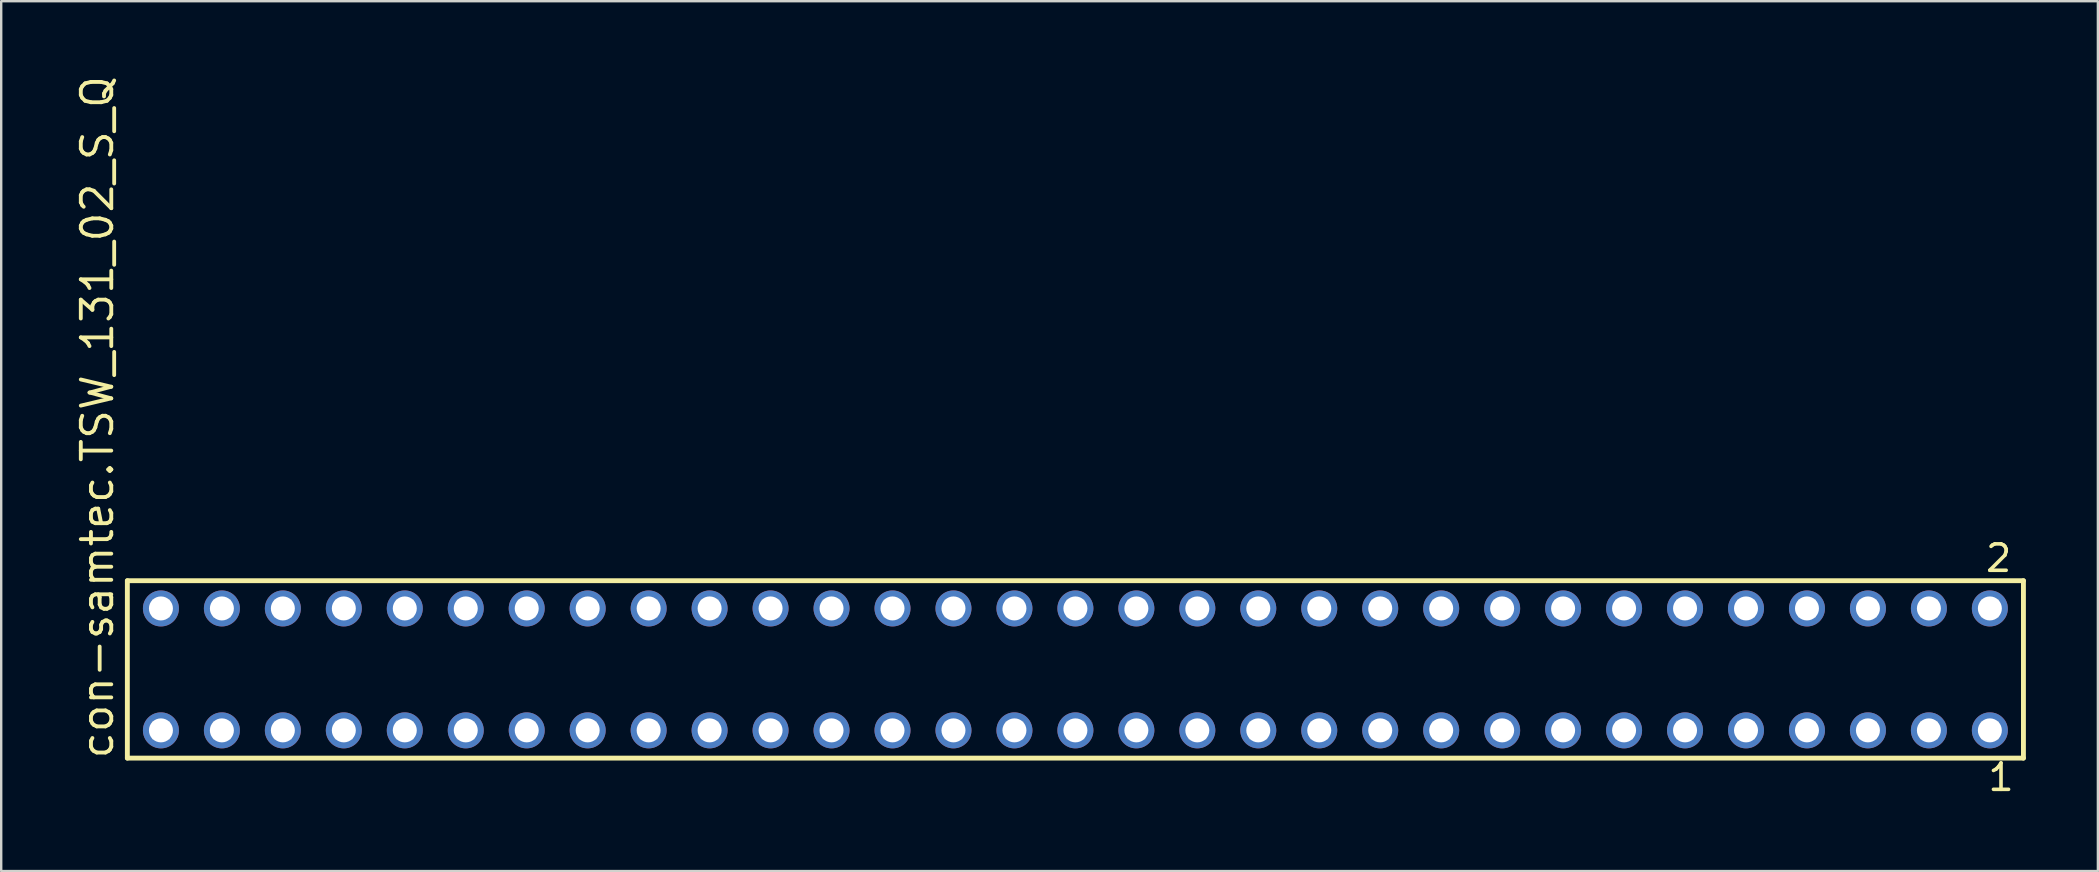
<source format=kicad_pcb>
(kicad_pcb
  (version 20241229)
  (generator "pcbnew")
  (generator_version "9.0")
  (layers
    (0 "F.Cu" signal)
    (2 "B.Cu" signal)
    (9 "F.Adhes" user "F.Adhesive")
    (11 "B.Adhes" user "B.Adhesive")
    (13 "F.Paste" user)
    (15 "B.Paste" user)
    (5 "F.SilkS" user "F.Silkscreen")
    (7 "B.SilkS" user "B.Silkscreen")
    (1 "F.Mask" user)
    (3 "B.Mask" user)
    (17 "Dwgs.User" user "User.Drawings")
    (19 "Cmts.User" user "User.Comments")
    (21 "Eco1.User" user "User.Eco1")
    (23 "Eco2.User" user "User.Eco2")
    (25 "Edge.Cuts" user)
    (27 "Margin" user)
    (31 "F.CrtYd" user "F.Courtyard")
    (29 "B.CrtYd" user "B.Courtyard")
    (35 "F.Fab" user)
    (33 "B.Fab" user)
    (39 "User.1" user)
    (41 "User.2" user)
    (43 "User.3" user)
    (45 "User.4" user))
  (footprint "con-samtec.TSW_131_02_S_Q"
    (layer "F.Cu")
    (at 41.755 24.84)
    (property "Reference" "con-samtec.TSW_131_02_S_Q" (at -40.005 3.81 90) (layer "F.SilkS") (effects (font (size 1.27 1.27) (thickness 0.16)) (justify left bottom)))
    (attr through_hole)
    (fp_line (start -39.499 -3.695) (end 39.499 -3.695) (stroke (width 0.203) (type default)) (layer "F.SilkS"))
    (fp_line (start -39.499 3.695) (end -39.499 -3.695) (stroke (width 0.203) (type default)) (layer "F.SilkS"))
    (fp_line (start 39.499 -3.695) (end 39.499 3.695) (stroke (width 0.203) (type default)) (layer "F.SilkS"))
    (fp_line (start 39.499 3.695) (end -39.499 3.695) (stroke (width 0.203) (type default)) (layer "F.SilkS"))
    (fp_rect (start -38.45 -2.19) (end -37.75 -2.89) (stroke (width 0.05) (type default)) (fill no) (layer "F.Fab"))
    (fp_rect (start -38.45 2.89) (end -37.75 2.19) (stroke (width 0.05) (type default)) (fill no) (layer "F.Fab"))
    (fp_rect (start -35.91 -2.19) (end -35.21 -2.89) (stroke (width 0.05) (type default)) (fill no) (layer "F.Fab"))
    (fp_rect (start -35.91 2.89) (end -35.21 2.19) (stroke (width 0.05) (type default)) (fill no) (layer "F.Fab"))
    (fp_rect (start -33.37 -2.19) (end -32.67 -2.89) (stroke (width 0.05) (type default)) (fill no) (layer "F.Fab"))
    (fp_rect (start -33.37 2.89) (end -32.67 2.19) (stroke (width 0.05) (type default)) (fill no) (layer "F.Fab"))
    (fp_rect (start -30.83 -2.19) (end -30.13 -2.89) (stroke (width 0.05) (type default)) (fill no) (layer "F.Fab"))
    (fp_rect (start -30.83 2.89) (end -30.13 2.19) (stroke (width 0.05) (type default)) (fill no) (layer "F.Fab"))
    (fp_rect (start -28.29 -2.19) (end -27.59 -2.89) (stroke (width 0.05) (type default)) (fill no) (layer "F.Fab"))
    (fp_rect (start -28.29 2.89) (end -27.59 2.19) (stroke (width 0.05) (type default)) (fill no) (layer "F.Fab"))
    (fp_rect (start -25.75 -2.19) (end -25.05 -2.89) (stroke (width 0.05) (type default)) (fill no) (layer "F.Fab"))
    (fp_rect (start -25.75 2.89) (end -25.05 2.19) (stroke (width 0.05) (type default)) (fill no) (layer "F.Fab"))
    (fp_rect (start -23.21 -2.19) (end -22.51 -2.89) (stroke (width 0.05) (type default)) (fill no) (layer "F.Fab"))
    (fp_rect (start -23.21 2.89) (end -22.51 2.19) (stroke (width 0.05) (type default)) (fill no) (layer "F.Fab"))
    (fp_rect (start -20.67 -2.19) (end -19.97 -2.89) (stroke (width 0.05) (type default)) (fill no) (layer "F.Fab"))
    (fp_rect (start -20.67 2.89) (end -19.97 2.19) (stroke (width 0.05) (type default)) (fill no) (layer "F.Fab"))
    (fp_rect (start -18.13 -2.19) (end -17.43 -2.89) (stroke (width 0.05) (type default)) (fill no) (layer "F.Fab"))
    (fp_rect (start -18.13 2.89) (end -17.43 2.19) (stroke (width 0.05) (type default)) (fill no) (layer "F.Fab"))
    (fp_rect (start -15.59 -2.19) (end -14.89 -2.89) (stroke (width 0.05) (type default)) (fill no) (layer "F.Fab"))
    (fp_rect (start -15.59 2.89) (end -14.89 2.19) (stroke (width 0.05) (type default)) (fill no) (layer "F.Fab"))
    (fp_rect (start -13.05 -2.19) (end -12.35 -2.89) (stroke (width 0.05) (type default)) (fill no) (layer "F.Fab"))
    (fp_rect (start -13.05 2.89) (end -12.35 2.19) (stroke (width 0.05) (type default)) (fill no) (layer "F.Fab"))
    (fp_rect (start -10.51 -2.19) (end -9.81 -2.89) (stroke (width 0.05) (type default)) (fill no) (layer "F.Fab"))
    (fp_rect (start -10.51 2.89) (end -9.81 2.19) (stroke (width 0.05) (type default)) (fill no) (layer "F.Fab"))
    (fp_rect (start -7.97 -2.19) (end -7.27 -2.89) (stroke (width 0.05) (type default)) (fill no) (layer "F.Fab"))
    (fp_rect (start -7.97 2.89) (end -7.27 2.19) (stroke (width 0.05) (type default)) (fill no) (layer "F.Fab"))
    (fp_rect (start -5.43 -2.19) (end -4.73 -2.89) (stroke (width 0.05) (type default)) (fill no) (layer "F.Fab"))
    (fp_rect (start -5.43 2.89) (end -4.73 2.19) (stroke (width 0.05) (type default)) (fill no) (layer "F.Fab"))
    (fp_rect (start -2.89 -2.19) (end -2.19 -2.89) (stroke (width 0.05) (type default)) (fill no) (layer "F.Fab"))
    (fp_rect (start -2.89 2.89) (end -2.19 2.19) (stroke (width 0.05) (type default)) (fill no) (layer "F.Fab"))
    (fp_rect (start -0.35 -2.19) (end 0.35 -2.89) (stroke (width 0.05) (type default)) (fill no) (layer "F.Fab"))
    (fp_rect (start -0.35 2.89) (end 0.35 2.19) (stroke (width 0.05) (type default)) (fill no) (layer "F.Fab"))
    (fp_rect (start 2.19 -2.19) (end 2.89 -2.89) (stroke (width 0.05) (type default)) (fill no) (layer "F.Fab"))
    (fp_rect (start 2.19 2.89) (end 2.89 2.19) (stroke (width 0.05) (type default)) (fill no) (layer "F.Fab"))
    (fp_rect (start 4.73 -2.19) (end 5.43 -2.89) (stroke (width 0.05) (type default)) (fill no) (layer "F.Fab"))
    (fp_rect (start 4.73 2.89) (end 5.43 2.19) (stroke (width 0.05) (type default)) (fill no) (layer "F.Fab"))
    (fp_rect (start 7.27 -2.19) (end 7.97 -2.89) (stroke (width 0.05) (type default)) (fill no) (layer "F.Fab"))
    (fp_rect (start 7.27 2.89) (end 7.97 2.19) (stroke (width 0.05) (type default)) (fill no) (layer "F.Fab"))
    (fp_rect (start 9.81 -2.19) (end 10.51 -2.89) (stroke (width 0.05) (type default)) (fill no) (layer "F.Fab"))
    (fp_rect (start 9.81 2.89) (end 10.51 2.19) (stroke (width 0.05) (type default)) (fill no) (layer "F.Fab"))
    (fp_rect (start 12.35 -2.19) (end 13.05 -2.89) (stroke (width 0.05) (type default)) (fill no) (layer "F.Fab"))
    (fp_rect (start 12.35 2.89) (end 13.05 2.19) (stroke (width 0.05) (type default)) (fill no) (layer "F.Fab"))
    (fp_rect (start 14.89 -2.19) (end 15.59 -2.89) (stroke (width 0.05) (type default)) (fill no) (layer "F.Fab"))
    (fp_rect (start 14.89 2.89) (end 15.59 2.19) (stroke (width 0.05) (type default)) (fill no) (layer "F.Fab"))
    (fp_rect (start 17.43 -2.19) (end 18.13 -2.89) (stroke (width 0.05) (type default)) (fill no) (layer "F.Fab"))
    (fp_rect (start 17.43 2.89) (end 18.13 2.19) (stroke (width 0.05) (type default)) (fill no) (layer "F.Fab"))
    (fp_rect (start 19.97 -2.19) (end 20.67 -2.89) (stroke (width 0.05) (type default)) (fill no) (layer "F.Fab"))
    (fp_rect (start 19.97 2.89) (end 20.67 2.19) (stroke (width 0.05) (type default)) (fill no) (layer "F.Fab"))
    (fp_rect (start 22.51 -2.19) (end 23.21 -2.89) (stroke (width 0.05) (type default)) (fill no) (layer "F.Fab"))
    (fp_rect (start 22.51 2.89) (end 23.21 2.19) (stroke (width 0.05) (type default)) (fill no) (layer "F.Fab"))
    (fp_rect (start 25.05 -2.19) (end 25.75 -2.89) (stroke (width 0.05) (type default)) (fill no) (layer "F.Fab"))
    (fp_rect (start 25.05 2.89) (end 25.75 2.19) (stroke (width 0.05) (type default)) (fill no) (layer "F.Fab"))
    (fp_rect (start 27.59 -2.19) (end 28.29 -2.89) (stroke (width 0.05) (type default)) (fill no) (layer "F.Fab"))
    (fp_rect (start 27.59 2.89) (end 28.29 2.19) (stroke (width 0.05) (type default)) (fill no) (layer "F.Fab"))
    (fp_rect (start 30.13 -2.19) (end 30.83 -2.89) (stroke (width 0.05) (type default)) (fill no) (layer "F.Fab"))
    (fp_rect (start 30.13 2.89) (end 30.83 2.19) (stroke (width 0.05) (type default)) (fill no) (layer "F.Fab"))
    (fp_rect (start 32.67 -2.19) (end 33.37 -2.89) (stroke (width 0.05) (type default)) (fill no) (layer "F.Fab"))
    (fp_rect (start 32.67 2.89) (end 33.37 2.19) (stroke (width 0.05) (type default)) (fill no) (layer "F.Fab"))
    (fp_rect (start 35.21 -2.19) (end 35.91 -2.89) (stroke (width 0.05) (type default)) (fill no) (layer "F.Fab"))
    (fp_rect (start 35.21 2.89) (end 35.91 2.19) (stroke (width 0.05) (type default)) (fill no) (layer "F.Fab"))
    (fp_rect (start 37.75 -2.19) (end 38.45 -2.89) (stroke (width 0.05) (type default)) (fill no) (layer "F.Fab"))
    (fp_rect (start 37.75 2.89) (end 38.45 2.19) (stroke (width 0.05) (type default)) (fill no) (layer "F.Fab"))
    (fp_text user "2" (at 37.842 -3.989 0) (layer "F.SilkS") (effects (font (size 1.1 1.1) (thickness 0.15)) (justify left bottom)))
    (fp_text user "1" (at 37.942 5.138 0) (layer "F.SilkS") (effects (font (size 1.1 1.1) (thickness 0.15)) (justify left bottom)))
    (pad "1" thru_hole circle (at 38.1 2.54 180) (size 1.5 1.5) (drill 1) (layers "*.Cu" "*.Mask"))
    (pad "2" thru_hole circle (at 38.1 -2.54 180) (size 1.5 1.5) (drill 1) (layers "*.Cu" "*.Mask"))
    (pad "3" thru_hole circle (at 35.56 2.54 180) (size 1.5 1.5) (drill 1) (layers "*.Cu" "*.Mask"))
    (pad "4" thru_hole circle (at 35.56 -2.54 180) (size 1.5 1.5) (drill 1) (layers "*.Cu" "*.Mask"))
    (pad "5" thru_hole circle (at 33.02 2.54 180) (size 1.5 1.5) (drill 1) (layers "*.Cu" "*.Mask"))
    (pad "6" thru_hole circle (at 33.02 -2.54 180) (size 1.5 1.5) (drill 1) (layers "*.Cu" "*.Mask"))
    (pad "7" thru_hole circle (at 30.48 2.54 180) (size 1.5 1.5) (drill 1) (layers "*.Cu" "*.Mask"))
    (pad "8" thru_hole circle (at 30.48 -2.54 180) (size 1.5 1.5) (drill 1) (layers "*.Cu" "*.Mask"))
    (pad "9" thru_hole circle (at 27.94 2.54 180) (size 1.5 1.5) (drill 1) (layers "*.Cu" "*.Mask"))
    (pad "10" thru_hole circle (at 27.94 -2.54 180) (size 1.5 1.5) (drill 1) (layers "*.Cu" "*.Mask"))
    (pad "11" thru_hole circle (at 25.4 2.54 180) (size 1.5 1.5) (drill 1) (layers "*.Cu" "*.Mask"))
    (pad "12" thru_hole circle (at 25.4 -2.54 180) (size 1.5 1.5) (drill 1) (layers "*.Cu" "*.Mask"))
    (pad "13" thru_hole circle (at 22.86 2.54 180) (size 1.5 1.5) (drill 1) (layers "*.Cu" "*.Mask"))
    (pad "14" thru_hole circle (at 22.86 -2.54 180) (size 1.5 1.5) (drill 1) (layers "*.Cu" "*.Mask"))
    (pad "15" thru_hole circle (at 20.32 2.54 180) (size 1.5 1.5) (drill 1) (layers "*.Cu" "*.Mask"))
    (pad "16" thru_hole circle (at 20.32 -2.54 180) (size 1.5 1.5) (drill 1) (layers "*.Cu" "*.Mask"))
    (pad "17" thru_hole circle (at 17.78 2.54 180) (size 1.5 1.5) (drill 1) (layers "*.Cu" "*.Mask"))
    (pad "18" thru_hole circle (at 17.78 -2.54 180) (size 1.5 1.5) (drill 1) (layers "*.Cu" "*.Mask"))
    (pad "19" thru_hole circle (at 15.24 2.54 180) (size 1.5 1.5) (drill 1) (layers "*.Cu" "*.Mask"))
    (pad "20" thru_hole circle (at 15.24 -2.54 180) (size 1.5 1.5) (drill 1) (layers "*.Cu" "*.Mask"))
    (pad "21" thru_hole circle (at 12.7 2.54 180) (size 1.5 1.5) (drill 1) (layers "*.Cu" "*.Mask"))
    (pad "22" thru_hole circle (at 12.7 -2.54 180) (size 1.5 1.5) (drill 1) (layers "*.Cu" "*.Mask"))
    (pad "23" thru_hole circle (at 10.16 2.54 180) (size 1.5 1.5) (drill 1) (layers "*.Cu" "*.Mask"))
    (pad "24" thru_hole circle (at 10.16 -2.54 180) (size 1.5 1.5) (drill 1) (layers "*.Cu" "*.Mask"))
    (pad "25" thru_hole circle (at 7.62 2.54 180) (size 1.5 1.5) (drill 1) (layers "*.Cu" "*.Mask"))
    (pad "26" thru_hole circle (at 7.62 -2.54 180) (size 1.5 1.5) (drill 1) (layers "*.Cu" "*.Mask"))
    (pad "27" thru_hole circle (at 5.08 2.54 180) (size 1.5 1.5) (drill 1) (layers "*.Cu" "*.Mask"))
    (pad "28" thru_hole circle (at 5.08 -2.54 180) (size 1.5 1.5) (drill 1) (layers "*.Cu" "*.Mask"))
    (pad "29" thru_hole circle (at 2.54 2.54 180) (size 1.5 1.5) (drill 1) (layers "*.Cu" "*.Mask"))
    (pad "30" thru_hole circle (at 2.54 -2.54 180) (size 1.5 1.5) (drill 1) (layers "*.Cu" "*.Mask"))
    (pad "31" thru_hole circle (at 0 2.54 180) (size 1.5 1.5) (drill 1) (layers "*.Cu" "*.Mask"))
    (pad "32" thru_hole circle (at 0 -2.54 180) (size 1.5 1.5) (drill 1) (layers "*.Cu" "*.Mask"))
    (pad "33" thru_hole circle (at -2.54 2.54 180) (size 1.5 1.5) (drill 1) (layers "*.Cu" "*.Mask"))
    (pad "34" thru_hole circle (at -2.54 -2.54 180) (size 1.5 1.5) (drill 1) (layers "*.Cu" "*.Mask"))
    (pad "35" thru_hole circle (at -5.08 2.54 180) (size 1.5 1.5) (drill 1) (layers "*.Cu" "*.Mask"))
    (pad "36" thru_hole circle (at -5.08 -2.54 180) (size 1.5 1.5) (drill 1) (layers "*.Cu" "*.Mask"))
    (pad "37" thru_hole circle (at -7.62 2.54 180) (size 1.5 1.5) (drill 1) (layers "*.Cu" "*.Mask"))
    (pad "38" thru_hole circle (at -7.62 -2.54 180) (size 1.5 1.5) (drill 1) (layers "*.Cu" "*.Mask"))
    (pad "39" thru_hole circle (at -10.16 2.54 180) (size 1.5 1.5) (drill 1) (layers "*.Cu" "*.Mask"))
    (pad "40" thru_hole circle (at -10.16 -2.54 180) (size 1.5 1.5) (drill 1) (layers "*.Cu" "*.Mask"))
    (pad "41" thru_hole circle (at -12.7 2.54 180) (size 1.5 1.5) (drill 1) (layers "*.Cu" "*.Mask"))
    (pad "42" thru_hole circle (at -12.7 -2.54 180) (size 1.5 1.5) (drill 1) (layers "*.Cu" "*.Mask"))
    (pad "43" thru_hole circle (at -15.24 2.54 180) (size 1.5 1.5) (drill 1) (layers "*.Cu" "*.Mask"))
    (pad "44" thru_hole circle (at -15.24 -2.54 180) (size 1.5 1.5) (drill 1) (layers "*.Cu" "*.Mask"))
    (pad "45" thru_hole circle (at -17.78 2.54 180) (size 1.5 1.5) (drill 1) (layers "*.Cu" "*.Mask"))
    (pad "46" thru_hole circle (at -17.78 -2.54 180) (size 1.5 1.5) (drill 1) (layers "*.Cu" "*.Mask"))
    (pad "47" thru_hole circle (at -20.32 2.54 180) (size 1.5 1.5) (drill 1) (layers "*.Cu" "*.Mask"))
    (pad "48" thru_hole circle (at -20.32 -2.54 180) (size 1.5 1.5) (drill 1) (layers "*.Cu" "*.Mask"))
    (pad "49" thru_hole circle (at -22.86 2.54 180) (size 1.5 1.5) (drill 1) (layers "*.Cu" "*.Mask"))
    (pad "50" thru_hole circle (at -22.86 -2.54 180) (size 1.5 1.5) (drill 1) (layers "*.Cu" "*.Mask"))
    (pad "51" thru_hole circle (at -25.4 2.54 180) (size 1.5 1.5) (drill 1) (layers "*.Cu" "*.Mask"))
    (pad "52" thru_hole circle (at -25.4 -2.54 180) (size 1.5 1.5) (drill 1) (layers "*.Cu" "*.Mask"))
    (pad "53" thru_hole circle (at -27.94 2.54 180) (size 1.5 1.5) (drill 1) (layers "*.Cu" "*.Mask"))
    (pad "54" thru_hole circle (at -27.94 -2.54 180) (size 1.5 1.5) (drill 1) (layers "*.Cu" "*.Mask"))
    (pad "55" thru_hole circle (at -30.48 2.54 180) (size 1.5 1.5) (drill 1) (layers "*.Cu" "*.Mask"))
    (pad "56" thru_hole circle (at -30.48 -2.54 180) (size 1.5 1.5) (drill 1) (layers "*.Cu" "*.Mask"))
    (pad "57" thru_hole circle (at -33.02 2.54 180) (size 1.5 1.5) (drill 1) (layers "*.Cu" "*.Mask"))
    (pad "58" thru_hole circle (at -33.02 -2.54 180) (size 1.5 1.5) (drill 1) (layers "*.Cu" "*.Mask"))
    (pad "59" thru_hole circle (at -35.56 2.54 180) (size 1.5 1.5) (drill 1) (layers "*.Cu" "*.Mask"))
    (pad "60" thru_hole circle (at -35.56 -2.54 180) (size 1.5 1.5) (drill 1) (layers "*.Cu" "*.Mask"))
    (pad "61" thru_hole circle (at -38.1 2.54 180) (size 1.5 1.5) (drill 1) (layers "*.Cu" "*.Mask"))
    (pad "62" thru_hole circle (at -38.1 -2.54 180) (size 1.5 1.5) (drill 1) (layers "*.Cu" "*.Mask")))
  (gr_rect
    (start -3 -3)
    (end 84.356 33.241)
    (stroke (width 0.1) (type default))
    (fill no)
    (layer "Edge.Cuts")))
</source>
